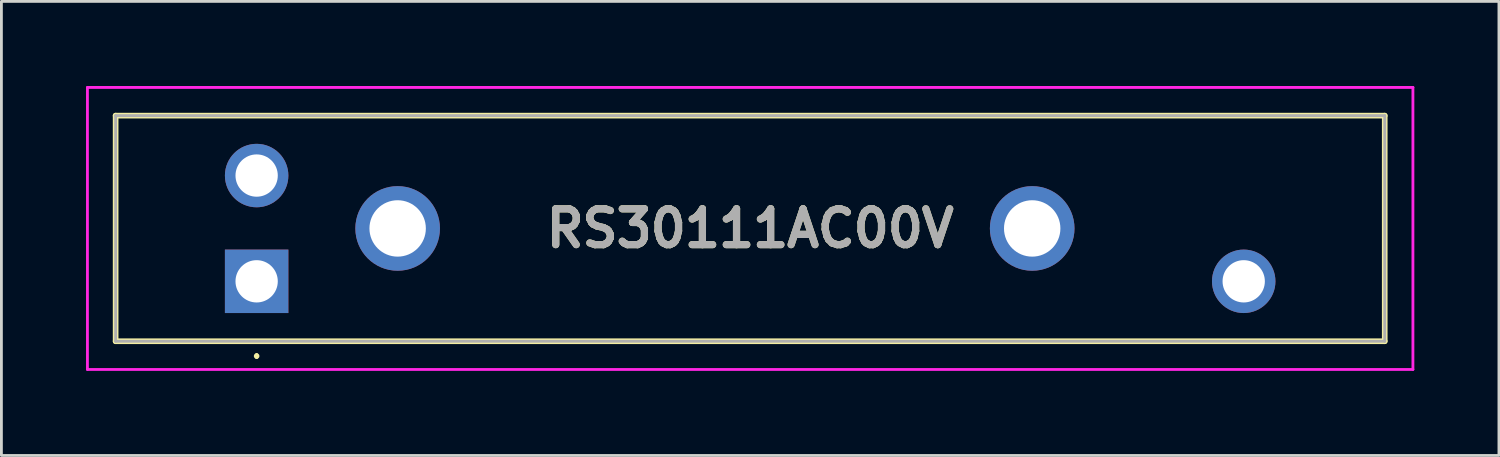
<source format=kicad_pcb>
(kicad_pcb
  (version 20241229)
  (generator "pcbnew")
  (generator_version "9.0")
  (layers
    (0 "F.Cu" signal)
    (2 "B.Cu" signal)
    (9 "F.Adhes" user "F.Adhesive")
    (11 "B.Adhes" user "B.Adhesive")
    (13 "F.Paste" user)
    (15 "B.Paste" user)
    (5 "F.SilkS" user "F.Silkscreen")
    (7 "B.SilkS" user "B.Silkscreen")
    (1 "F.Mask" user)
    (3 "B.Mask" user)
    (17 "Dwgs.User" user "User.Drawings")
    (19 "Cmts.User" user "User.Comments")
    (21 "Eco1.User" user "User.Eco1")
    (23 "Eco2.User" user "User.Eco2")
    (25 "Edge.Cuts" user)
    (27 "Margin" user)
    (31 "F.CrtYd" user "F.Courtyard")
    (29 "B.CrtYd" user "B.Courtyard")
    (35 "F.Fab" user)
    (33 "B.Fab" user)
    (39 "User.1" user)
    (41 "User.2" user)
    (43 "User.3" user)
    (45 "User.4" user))
  (footprint "RS30111AC00V"
    (layer "F.Cu")
    (at 6.05 6.925)
    (property "Reference" "RS30111AC00V" (at 17.5 -1.875 0) (layer "F.SilkS") (effects (font (size 1.27 1.27) (thickness 0.254))))
    (attr through_hole)
    (fp_line (start -5 -5.875) (end 40 -5.875) (stroke (width 0.2) (type solid)) (layer "F.SilkS"))
    (fp_line (start -5 2.125) (end -5 -5.875) (stroke (width 0.2) (type solid)) (layer "F.SilkS"))
    (fp_line (start 0 2.6) (end 0 2.6) (stroke (width 0.1) (type solid)) (layer "F.SilkS"))
    (fp_line (start 0 2.7) (end 0 2.7) (stroke (width 0.1) (type solid)) (layer "F.SilkS"))
    (fp_line (start 40 -5.875) (end 40 2.125) (stroke (width 0.2) (type solid)) (layer "F.SilkS"))
    (fp_line (start 40 2.125) (end -5 2.125) (stroke (width 0.2) (type solid)) (layer "F.SilkS"))
    (fp_arc (start 0 2.6) (mid 0.05 2.65) (end 0 2.7) (stroke (width 0.1) (type solid)) (layer "F.SilkS"))
    (fp_arc (start 0 2.7) (mid -0.05 2.65) (end 0 2.6) (stroke (width 0.1) (type solid)) (layer "F.SilkS"))
    (fp_line (start -6 -6.875) (end 41 -6.875) (stroke (width 0.1) (type solid)) (layer "F.CrtYd"))
    (fp_line (start -6 3.125) (end -6 -6.875) (stroke (width 0.1) (type solid)) (layer "F.CrtYd"))
    (fp_line (start 41 -6.875) (end 41 3.125) (stroke (width 0.1) (type solid)) (layer "F.CrtYd"))
    (fp_line (start 41 3.125) (end -6 3.125) (stroke (width 0.1) (type solid)) (layer "F.CrtYd"))
    (fp_line (start -5 -5.875) (end 40 -5.875) (stroke (width 0.1) (type solid)) (layer "F.Fab"))
    (fp_line (start -5 2.125) (end -5 -5.875) (stroke (width 0.1) (type solid)) (layer "F.Fab"))
    (fp_line (start 40 -5.875) (end 40 2.125) (stroke (width 0.1) (type solid)) (layer "F.Fab"))
    (fp_line (start 40 2.125) (end -5 2.125) (stroke (width 0.1) (type solid)) (layer "F.Fab"))
    (fp_text user "${REFERENCE}" (at 17.5 -1.875 0) (layer "F.Fab") (effects (font (size 1.27 1.27) (thickness 0.254))))
    (pad "1" thru_hole rect (at 0 0) (size 2.25 2.25) (drill 1.5) (layers "*.Cu" "*.Mask"))
    (pad "2" thru_hole circle (at 0 -3.75) (size 2.25 2.25) (drill 1.5) (layers "*.Cu" "*.Mask"))
    (pad "3" thru_hole circle (at 35 0) (size 2.25 2.25) (drill 1.5) (layers "*.Cu" "*.Mask"))
    (pad "MH1" thru_hole circle (at 5 -1.875) (size 3 3) (drill 2) (layers "*.Cu" "*.Mask"))
    (pad "MH2" thru_hole circle (at 27.5 -1.875) (size 3 3) (drill 2) (layers "*.Cu" "*.Mask")))
  (gr_rect
    (start -3 -3)
    (end 50.1 13.1)
    (stroke (width 0.1) (type default))
    (fill no)
    (layer "Edge.Cuts")))
</source>
